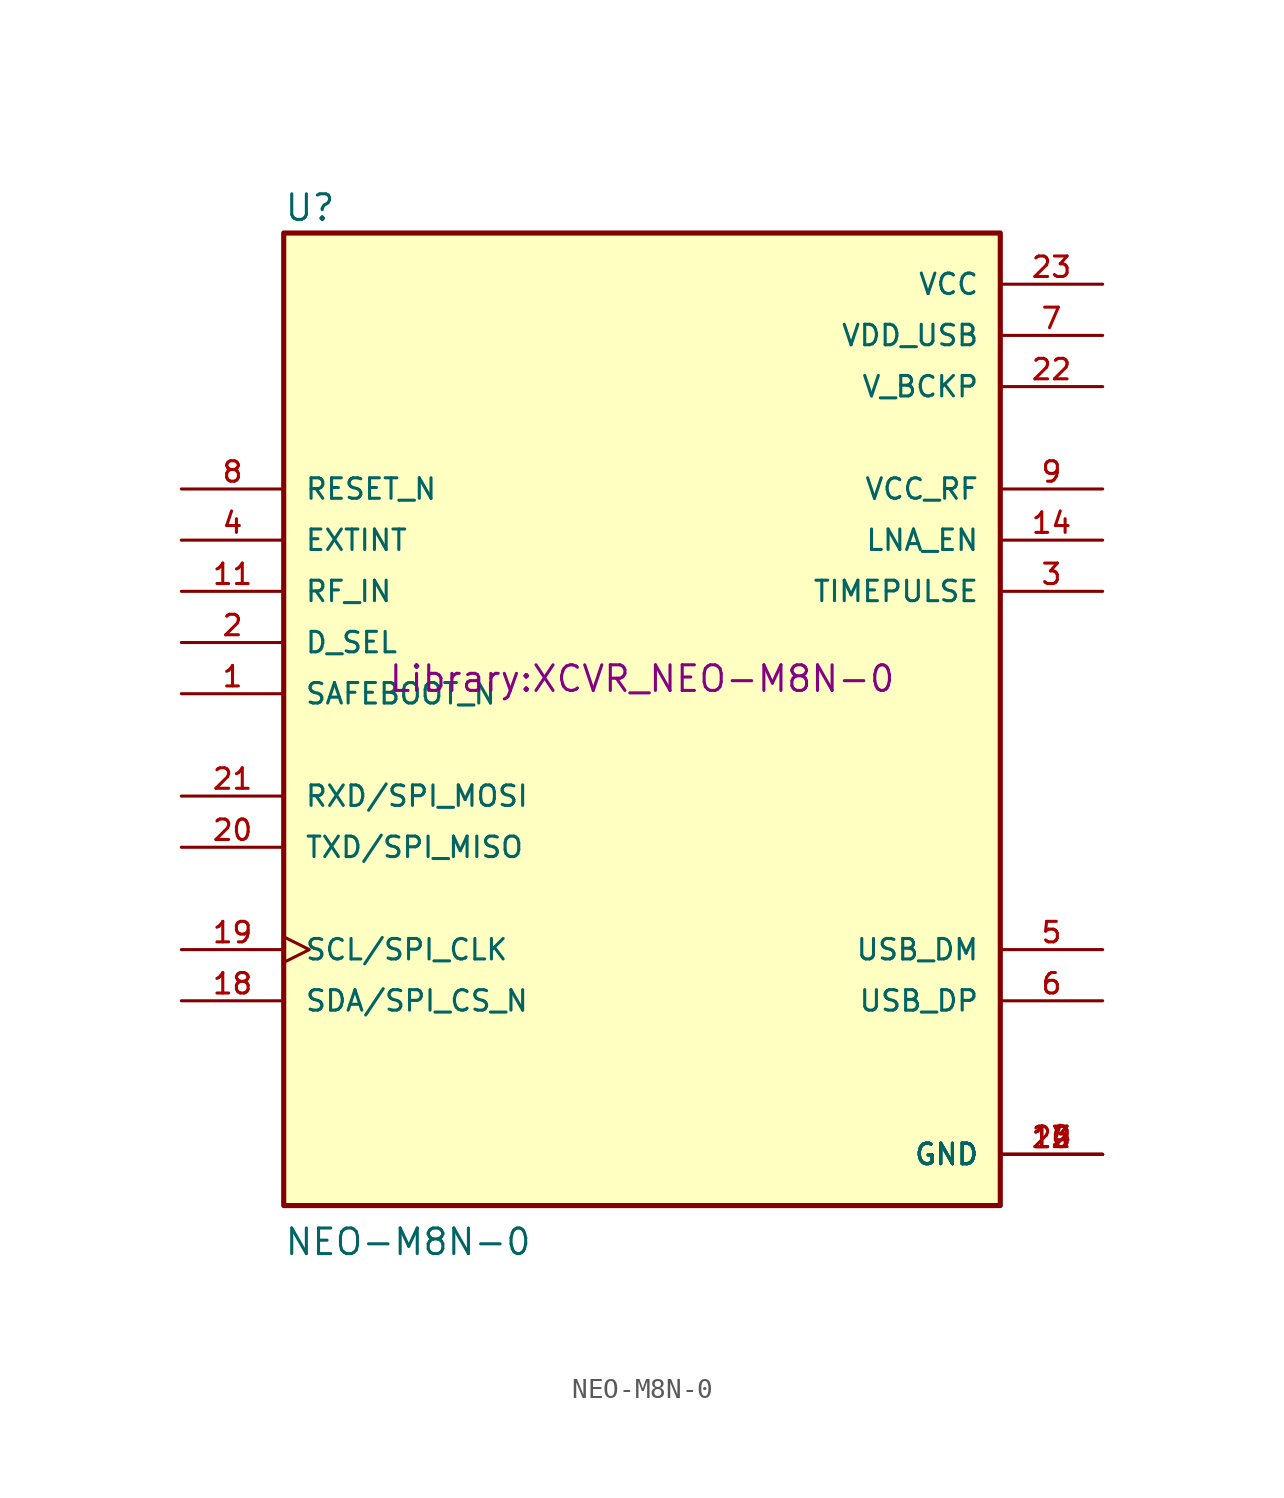
<source format=kicad_sym>
(kicad_symbol_lib
  (version 20220914)
  (generator kicad_symbol_editor)
  (symbol "NEO-M8N-0"
    (pin_names
      (offset 1.016))
    (property "Reference" "U"
      (at -17.784 23.374 0)
      (effects (font (size 1.27 1.27)) (justify left bottom)))
    (property "Value" "NEO-M8N-0"
      (at -17.785 -27.947 0)
      (effects (font (size 1.27 1.27)) (justify left bottom)))
    (property "Footprint" "Library:XCVR_NEO-M8N-0"
      (at 0 0 0)
      (effects (font (size 1.27 1.27)) (justify bottom)))
    (symbol "NEO-M8N-0_0_0"
      (rectangle (start -17.78 22.86) (end 17.78 -25.4) (stroke (width 0.254) (type default)) (fill (type background)))
      (pin input line (at -22.86 0 0) (length 5.08) (name "SAFEBOOT_N" (effects (font (size 1.016 1.016)))) (number "1" (effects (font (size 1.016 1.016)))))
      (pin power_in line (at 22.86 -22.86 180) (length 5.08) (name "GND" (effects (font (size 1.016 1.016)))) (number "10" (effects (font (size 1.016 1.016)))))
      (pin input line (at -22.86 5.08 0) (length 5.08) (name "RF_IN" (effects (font (size 1.016 1.016)))) (number "11" (effects (font (size 1.016 1.016)))))
      (pin power_in line (at 22.86 -22.86 180) (length 5.08) (name "GND" (effects (font (size 1.016 1.016)))) (number "12" (effects (font (size 1.016 1.016)))))
      (pin power_in line (at 22.86 -22.86 180) (length 5.08) (name "GND" (effects (font (size 1.016 1.016)))) (number "13" (effects (font (size 1.016 1.016)))))
      (pin output line (at 22.86 7.62 180) (length 5.08) (name "LNA_EN" (effects (font (size 1.016 1.016)))) (number "14" (effects (font (size 1.016 1.016)))))
      (pin bidirectional line (at -22.86 -15.24 0) (length 5.08) (name "SDA/SPI_CS_N" (effects (font (size 1.016 1.016)))) (number "18" (effects (font (size 1.016 1.016)))))
      (pin input clock (at -22.86 -12.7 0) (length 5.08) (name "SCL/SPI_CLK" (effects (font (size 1.016 1.016)))) (number "19" (effects (font (size 1.016 1.016)))))
      (pin input line (at -22.86 2.54 0) (length 5.08) (name "D_SEL" (effects (font (size 1.016 1.016)))) (number "2" (effects (font (size 1.016 1.016)))))
      (pin output line (at -22.86 -7.62 0) (length 5.08) (name "TXD/SPI_MISO" (effects (font (size 1.016 1.016)))) (number "20" (effects (font (size 1.016 1.016)))))
      (pin input line (at -22.86 -5.08 0) (length 5.08) (name "RXD/SPI_MOSI" (effects (font (size 1.016 1.016)))) (number "21" (effects (font (size 1.016 1.016)))))
      (pin power_in line (at 22.86 15.24 180) (length 5.08) (name "V_BCKP" (effects (font (size 1.016 1.016)))) (number "22" (effects (font (size 1.016 1.016)))))
      (pin power_in line (at 22.86 20.32 180) (length 5.08) (name "VCC" (effects (font (size 1.016 1.016)))) (number "23" (effects (font (size 1.016 1.016)))))
      (pin power_in line (at 22.86 -22.86 180) (length 5.08) (name "GND" (effects (font (size 1.016 1.016)))) (number "24" (effects (font (size 1.016 1.016)))))
      (pin output line (at 22.86 5.08 180) (length 5.08) (name "TIMEPULSE" (effects (font (size 1.016 1.016)))) (number "3" (effects (font (size 1.016 1.016)))))
      (pin input line (at -22.86 7.62 0) (length 5.08) (name "EXTINT" (effects (font (size 1.016 1.016)))) (number "4" (effects (font (size 1.016 1.016)))))
      (pin bidirectional line (at 22.86 -12.7 180) (length 5.08) (name "USB_DM" (effects (font (size 1.016 1.016)))) (number "5" (effects (font (size 1.016 1.016)))))
      (pin bidirectional line (at 22.86 -15.24 180) (length 5.08) (name "USB_DP" (effects (font (size 1.016 1.016)))) (number "6" (effects (font (size 1.016 1.016)))))
      (pin power_in line (at 22.86 17.78 180) (length 5.08) (name "VDD_USB" (effects (font (size 1.016 1.016)))) (number "7" (effects (font (size 1.016 1.016)))))
      (pin input line (at -22.86 10.16 0) (length 5.08) (name "RESET_N" (effects (font (size 1.016 1.016)))) (number "8" (effects (font (size 1.016 1.016)))))
      (pin output line (at 22.86 10.16 180) (length 5.08) (name "VCC_RF" (effects (font (size 1.016 1.016)))) (number "9" (effects (font (size 1.016 1.016))))))))
</source>
